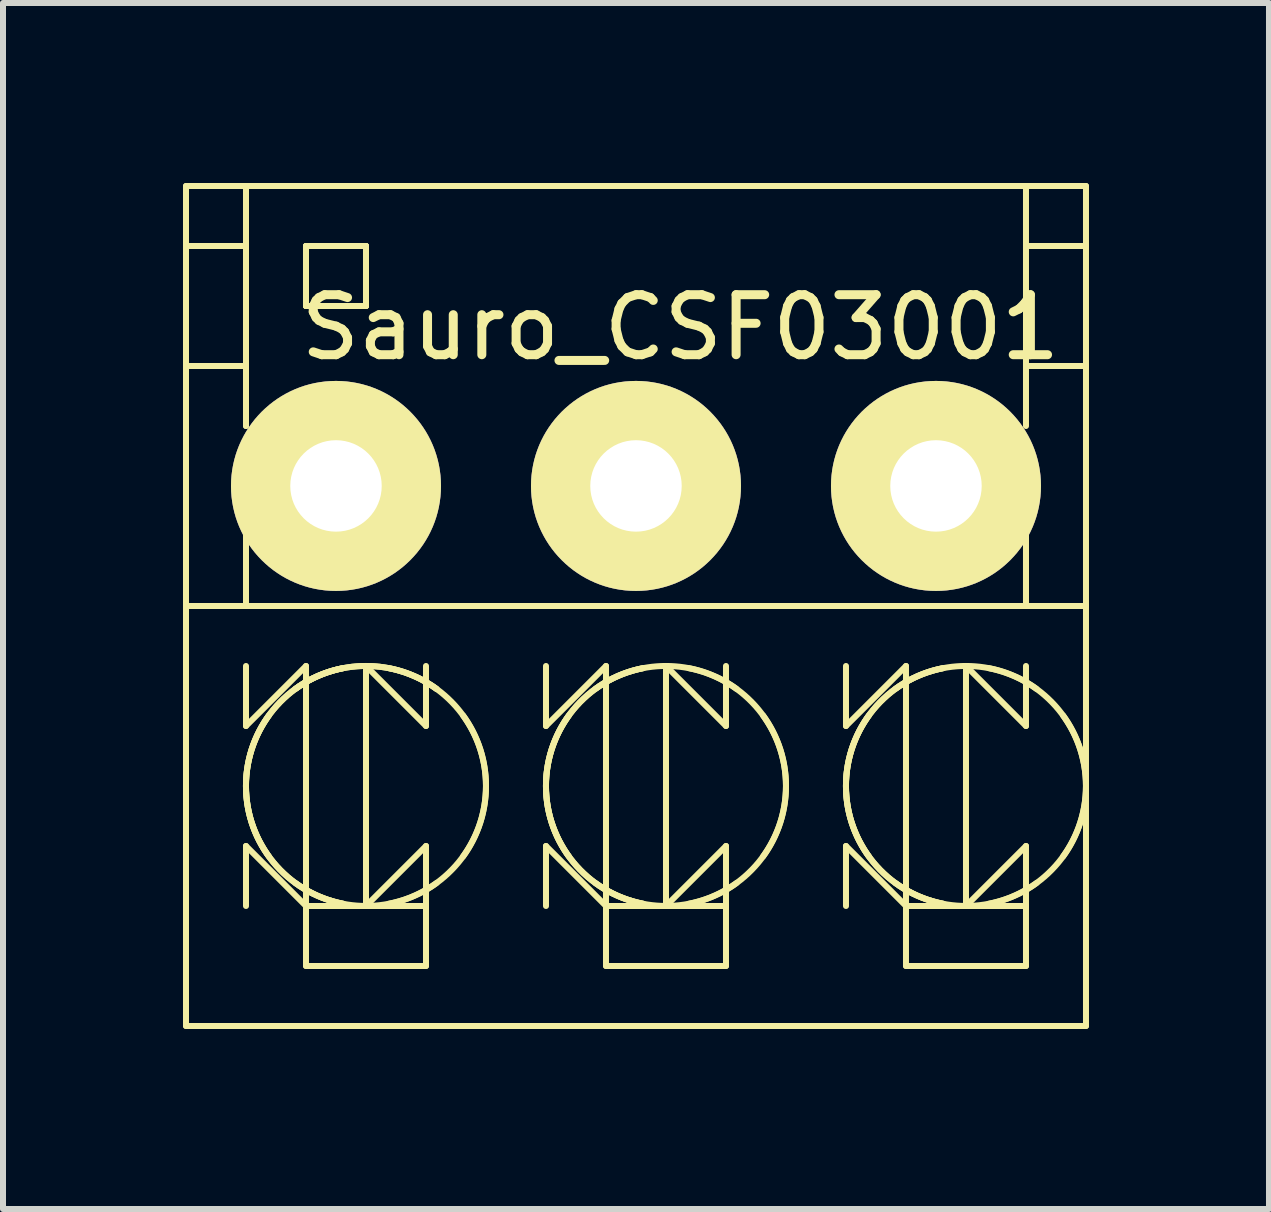
<source format=kicad_pcb>
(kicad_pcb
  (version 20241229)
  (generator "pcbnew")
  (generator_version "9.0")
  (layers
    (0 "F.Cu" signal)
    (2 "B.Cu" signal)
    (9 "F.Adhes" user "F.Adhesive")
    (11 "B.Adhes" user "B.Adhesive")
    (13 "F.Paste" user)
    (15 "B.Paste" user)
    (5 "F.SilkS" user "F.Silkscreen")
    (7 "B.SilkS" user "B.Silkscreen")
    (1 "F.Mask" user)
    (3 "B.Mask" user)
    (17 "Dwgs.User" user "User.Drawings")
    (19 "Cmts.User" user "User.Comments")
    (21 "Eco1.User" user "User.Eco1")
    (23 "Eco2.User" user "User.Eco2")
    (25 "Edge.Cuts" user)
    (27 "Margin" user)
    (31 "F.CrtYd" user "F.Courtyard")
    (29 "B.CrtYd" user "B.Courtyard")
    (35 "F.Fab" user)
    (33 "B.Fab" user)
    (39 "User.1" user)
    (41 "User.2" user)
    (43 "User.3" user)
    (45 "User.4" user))
  (footprint "Sauro_CSF03001"
    (layer "F.Cu")
    (at 2.55 5.049)
    (property "Reference" "Sauro_CSF03001" (at 5.74 -2.642 0) (layer "F.SilkS") (effects (font (size 1 1) (thickness 0.15))))
    (attr through_hole)
    (fp_line (start -2.5 -4.999) (end -2.5 2.001) (stroke (width 0.1) (type solid)) (layer "F.SilkS"))
    (fp_line (start -2.5 -4.999) (end 12.5 -4.999) (stroke (width 0.1) (type solid)) (layer "F.SilkS"))
    (fp_line (start -2.5 -3.999) (end -1.5 -3.999) (stroke (width 0.1) (type solid)) (layer "F.SilkS"))
    (fp_line (start -2.5 -3.999) (end -1.5 -3.999) (stroke (width 0.1) (type solid)) (layer "F.SilkS"))
    (fp_line (start -2.5 -1.999) (end -1.5 -1.999) (stroke (width 0.1) (type solid)) (layer "F.SilkS"))
    (fp_line (start -2.5 2.001) (end 12.5 2.001) (stroke (width 0.1) (type solid)) (layer "F.SilkS"))
    (fp_line (start -2.5 9.001) (end -2.5 2.001) (stroke (width 0.1) (type solid)) (layer "F.SilkS"))
    (fp_line (start -2.5 9.001) (end 12.5 9.001) (stroke (width 0.1) (type solid)) (layer "F.SilkS"))
    (fp_line (start -1.5 -4.999) (end -1.5 -0.999) (stroke (width 0.1) (type solid)) (layer "F.SilkS"))
    (fp_line (start -1.5 -4.999) (end -1.5 -0.999) (stroke (width 0.1) (type solid)) (layer "F.SilkS"))
    (fp_line (start -1.5 0.001) (end -1.5 2.001) (stroke (width 0.1) (type solid)) (layer "F.SilkS"))
    (fp_line (start -1.5 3.001) (end -1.5 4.001) (stroke (width 0.1) (type solid)) (layer "F.SilkS"))
    (fp_line (start -1.5 7.001) (end -1.5 6.001) (stroke (width 0.1) (type solid)) (layer "F.SilkS"))
    (fp_line (start -0.5 -3.999) (end -0.5 -2.999) (stroke (width 0.1) (type solid)) (layer "F.SilkS"))
    (fp_line (start -0.5 -3.999) (end -0.5 -2.999) (stroke (width 0.1) (type solid)) (layer "F.SilkS"))
    (fp_line (start -0.5 -3.999) (end -0.5 -2.999) (stroke (width 0.1) (type solid)) (layer "F.SilkS"))
    (fp_line (start -0.5 -2.999) (end 0.5 -2.999) (stroke (width 0.1) (type solid)) (layer "F.SilkS"))
    (fp_line (start -0.5 3.001) (end -1.5 4.001) (stroke (width 0.1) (type solid)) (layer "F.SilkS"))
    (fp_line (start -0.5 7.001) (end -1.5 6.001) (stroke (width 0.1) (type solid)) (layer "F.SilkS"))
    (fp_line (start -0.5 7.001) (end -0.5 3.001) (stroke (width 0.1) (type solid)) (layer "F.SilkS"))
    (fp_line (start -0.5 7.001) (end -0.5 8.001) (stroke (width 0.1) (type solid)) (layer "F.SilkS"))
    (fp_line (start -0.5 8.001) (end 1.5 8.001) (stroke (width 0.1) (type solid)) (layer "F.SilkS"))
    (fp_line (start 0.5 -3.999) (end -0.5 -3.999) (stroke (width 0.1) (type solid)) (layer "F.SilkS"))
    (fp_line (start 0.5 -2.999) (end 0.5 -3.999) (stroke (width 0.1) (type solid)) (layer "F.SilkS"))
    (fp_line (start 0.5 -2.999) (end 0.5 -3.999) (stroke (width 0.1) (type solid)) (layer "F.SilkS"))
    (fp_line (start 0.5 -2.999) (end 0.5 -3.999) (stroke (width 0.1) (type solid)) (layer "F.SilkS"))
    (fp_line (start 0.5 7.001) (end 0.5 3.001) (stroke (width 0.1) (type solid)) (layer "F.SilkS"))
    (fp_line (start 1.5 4.001) (end 0.5 3.001) (stroke (width 0.1) (type solid)) (layer "F.SilkS"))
    (fp_line (start 1.5 4.001) (end 1.5 3.001) (stroke (width 0.1) (type solid)) (layer "F.SilkS"))
    (fp_line (start 1.5 6.001) (end 0.5 7.001) (stroke (width 0.1) (type solid)) (layer "F.SilkS"))
    (fp_line (start 1.5 6.001) (end 1.5 7.001) (stroke (width 0.1) (type solid)) (layer "F.SilkS"))
    (fp_line (start 1.5 7.001) (end -0.5 7.001) (stroke (width 0.1) (type solid)) (layer "F.SilkS"))
    (fp_line (start 1.5 8.001) (end 1.5 7.001) (stroke (width 0.1) (type solid)) (layer "F.SilkS"))
    (fp_line (start 3.5 3.001) (end 3.5 4.001) (stroke (width 0.1) (type solid)) (layer "F.SilkS"))
    (fp_line (start 3.5 7.001) (end 3.5 6.001) (stroke (width 0.1) (type solid)) (layer "F.SilkS"))
    (fp_line (start 4.5 3.001) (end 3.5 4.001) (stroke (width 0.1) (type solid)) (layer "F.SilkS"))
    (fp_line (start 4.5 7.001) (end 3.5 6.001) (stroke (width 0.1) (type solid)) (layer "F.SilkS"))
    (fp_line (start 4.5 7.001) (end 4.5 3.001) (stroke (width 0.1) (type solid)) (layer "F.SilkS"))
    (fp_line (start 4.5 7.001) (end 4.5 8.001) (stroke (width 0.1) (type solid)) (layer "F.SilkS"))
    (fp_line (start 4.5 8.001) (end 6.5 8.001) (stroke (width 0.1) (type solid)) (layer "F.SilkS"))
    (fp_line (start 5.5 7.001) (end 5.5 3.001) (stroke (width 0.1) (type solid)) (layer "F.SilkS"))
    (fp_line (start 6.5 4.001) (end 5.5 3.001) (stroke (width 0.1) (type solid)) (layer "F.SilkS"))
    (fp_line (start 6.5 4.001) (end 6.5 3.001) (stroke (width 0.1) (type solid)) (layer "F.SilkS"))
    (fp_line (start 6.5 6.001) (end 5.5 7.001) (stroke (width 0.1) (type solid)) (layer "F.SilkS"))
    (fp_line (start 6.5 6.001) (end 6.5 7.001) (stroke (width 0.1) (type solid)) (layer "F.SilkS"))
    (fp_line (start 6.5 7.001) (end 4.5 7.001) (stroke (width 0.1) (type solid)) (layer "F.SilkS"))
    (fp_line (start 6.5 8.001) (end 6.5 7.001) (stroke (width 0.1) (type solid)) (layer "F.SilkS"))
    (fp_line (start 8.5 3.001) (end 8.5 4.001) (stroke (width 0.1) (type solid)) (layer "F.SilkS"))
    (fp_line (start 8.5 7.001) (end 8.5 6.001) (stroke (width 0.1) (type solid)) (layer "F.SilkS"))
    (fp_line (start 9.5 3.001) (end 8.5 4.001) (stroke (width 0.1) (type solid)) (layer "F.SilkS"))
    (fp_line (start 9.5 7.001) (end 8.5 6.001) (stroke (width 0.1) (type solid)) (layer "F.SilkS"))
    (fp_line (start 9.5 7.001) (end 9.5 3.001) (stroke (width 0.1) (type solid)) (layer "F.SilkS"))
    (fp_line (start 9.5 7.001) (end 9.5 8.001) (stroke (width 0.1) (type solid)) (layer "F.SilkS"))
    (fp_line (start 9.5 8.001) (end 11.5 8.001) (stroke (width 0.1) (type solid)) (layer "F.SilkS"))
    (fp_line (start 10.5 7.001) (end 10.5 3.001) (stroke (width 0.1) (type solid)) (layer "F.SilkS"))
    (fp_line (start 11.5 -4.999) (end 11.5 -0.999) (stroke (width 0.1) (type solid)) (layer "F.SilkS"))
    (fp_line (start 11.5 0.001) (end 11.5 2.001) (stroke (width 0.1) (type solid)) (layer "F.SilkS"))
    (fp_line (start 11.5 0.001) (end 11.5 2.001) (stroke (width 0.1) (type solid)) (layer "F.SilkS"))
    (fp_line (start 11.5 4.001) (end 10.5 3.001) (stroke (width 0.1) (type solid)) (layer "F.SilkS"))
    (fp_line (start 11.5 4.001) (end 11.5 3.001) (stroke (width 0.1) (type solid)) (layer "F.SilkS"))
    (fp_line (start 11.5 6.001) (end 10.5 7.001) (stroke (width 0.1) (type solid)) (layer "F.SilkS"))
    (fp_line (start 11.5 6.001) (end 11.5 7.001) (stroke (width 0.1) (type solid)) (layer "F.SilkS"))
    (fp_line (start 11.5 7.001) (end 9.5 7.001) (stroke (width 0.1) (type solid)) (layer "F.SilkS"))
    (fp_line (start 11.5 8.001) (end 11.5 7.001) (stroke (width 0.1) (type solid)) (layer "F.SilkS"))
    (fp_line (start 12.5 -4.999) (end 12.5 2.001) (stroke (width 0.1) (type solid)) (layer "F.SilkS"))
    (fp_line (start 12.5 -3.999) (end 11.5 -3.999) (stroke (width 0.1) (type solid)) (layer "F.SilkS"))
    (fp_line (start 12.5 -1.999) (end 11.5 -1.999) (stroke (width 0.1) (type solid)) (layer "F.SilkS"))
    (fp_line (start 12.5 9.001) (end 12.5 2.001) (stroke (width 0.1) (type solid)) (layer "F.SilkS"))
    (fp_arc (start -1.118434 6.17617) (mid -1.5004 5.0006) (end -1.118434 3.825029) (stroke (width 0.1) (type solid)) (layer "F.SilkS"))
    (fp_arc (start -0.847071 -0.544039) (mid 0.9916 0.0006) (end -0.847071 0.545239) (stroke (width 0.1) (type solid)) (layer "F.SilkS"))
    (fp_arc (start -0.847071 -0.544039) (mid 0.9916 0.0006) (end -0.847071 0.545239) (stroke (width 0.1) (type solid)) (layer "F.SilkS"))
    (fp_arc (start -0.847071 -0.544039) (mid 0.9916 0.0006) (end -0.847071 0.545239) (stroke (width 0.1) (type solid)) (layer "F.SilkS"))
    (fp_arc (start -0.67597 3.382566) (mid 0.4996 3.0006) (end 1.675171 3.382566) (stroke (width 0.1) (type solid)) (layer "F.SilkS"))
    (fp_arc (start -0.67597 3.382566) (mid 0.4996 3.0006) (end 1.675171 3.382566) (stroke (width 0.1) (type solid)) (layer "F.SilkS"))
    (fp_arc (start 0.117982 6.963854) (mid -1.5004 5.0006) (end 0.117982 3.037346) (stroke (width 0.1) (type solid)) (layer "F.SilkS"))
    (fp_arc (start 0.117982 6.963854) (mid -1.5004 5.0006) (end 0.117982 3.037346) (stroke (width 0.1) (type solid)) (layer "F.SilkS"))
    (fp_arc (start 0.881218 3.037346) (mid 2.4996 5.0006) (end 0.881218 6.963854) (stroke (width 0.1) (type solid)) (layer "F.SilkS"))
    (fp_arc (start 1.67517 6.618634) (mid 0.4996 7.0006) (end -0.675971 6.618634) (stroke (width 0.1) (type solid)) (layer "F.SilkS"))
    (fp_arc (start 2.117634 3.82503) (mid 2.4996 5.0006) (end 2.117634 6.176171) (stroke (width 0.1) (type solid)) (layer "F.SilkS"))
    (fp_arc (start 3.881566 6.17617) (mid 3.4996 5.0006) (end 3.881566 3.825029) (stroke (width 0.1) (type solid)) (layer "F.SilkS"))
    (fp_arc (start 4.32403 3.382566) (mid 5.4996 3.0006) (end 6.675171 3.382566) (stroke (width 0.1) (type solid)) (layer "F.SilkS"))
    (fp_arc (start 5.117982 6.963854) (mid 3.4996 5.0006) (end 5.117982 3.037346) (stroke (width 0.1) (type solid)) (layer "F.SilkS"))
    (fp_arc (start 5.117982 6.963854) (mid 3.4996 5.0006) (end 5.117982 3.037346) (stroke (width 0.1) (type solid)) (layer "F.SilkS"))
    (fp_arc (start 5.881218 3.037346) (mid 7.4996 5.0006) (end 5.881218 6.963854) (stroke (width 0.1) (type solid)) (layer "F.SilkS"))
    (fp_arc (start 6.67517 6.618634) (mid 5.4996 7.0006) (end 4.324029 6.618634) (stroke (width 0.1) (type solid)) (layer "F.SilkS"))
    (fp_arc (start 7.117634 3.82503) (mid 7.4996 5.0006) (end 7.117634 6.176171) (stroke (width 0.1) (type solid)) (layer "F.SilkS"))
    (fp_arc (start 8.881566 6.17617) (mid 8.4996 5.0006) (end 8.881566 3.825029) (stroke (width 0.1) (type solid)) (layer "F.SilkS"))
    (fp_arc (start 9.32403 3.382566) (mid 10.4996 3.0006) (end 11.675171 3.382566) (stroke (width 0.1) (type solid)) (layer "F.SilkS"))
    (fp_arc (start 10.117982 6.963854) (mid 8.4996 5.0006) (end 10.117982 3.037346) (stroke (width 0.1) (type solid)) (layer "F.SilkS"))
    (fp_arc (start 10.117982 6.963854) (mid 8.4996 5.0006) (end 10.117982 3.037346) (stroke (width 0.1) (type solid)) (layer "F.SilkS"))
    (fp_arc (start 10.881218 3.037346) (mid 12.4996 5.0006) (end 10.881218 6.963854) (stroke (width 0.1) (type solid)) (layer "F.SilkS"))
    (fp_arc (start 11.67517 6.618634) (mid 10.4996 7.0006) (end 9.324029 6.618634) (stroke (width 0.1) (type solid)) (layer "F.SilkS"))
    (fp_arc (start 12.117634 3.82503) (mid 12.4996 5.0006) (end 12.117634 6.176171) (stroke (width 0.1) (type solid)) (layer "F.SilkS"))
    (fp_circle (center -0.008 0.001) (end 0.992 0.001) (stroke (width 0.1) (type solid)) (fill no) (layer "F.SilkS"))
    (fp_circle (center 4.992 0.001) (end 5.992 0.001) (stroke (width 0.1) (type solid)) (fill no) (layer "F.SilkS"))
    (fp_circle (center 9.992 0.001) (end 10.992 0.001) (stroke (width 0.1) (type solid)) (fill no) (layer "F.SilkS"))
    (pad "1" thru_hole circle (at 10 0) (size 3.5 3.5) (drill 1.524) (layers "*.Cu" "*.Mask" "F.SilkS"))
    (pad "2" thru_hole circle (at 5 0) (size 3.5 3.5) (drill 1.524) (layers "*.Cu" "*.Mask" "F.SilkS"))
    (pad "3" thru_hole circle (at 0 0) (size 3.5 3.5) (drill 1.524) (layers "*.Cu" "*.Mask" "F.SilkS")))
  (gr_rect
    (start -3 -3)
    (end 18.1 17.1)
    (stroke (width 0.1) (type default))
    (fill no)
    (layer "Edge.Cuts")))
</source>
